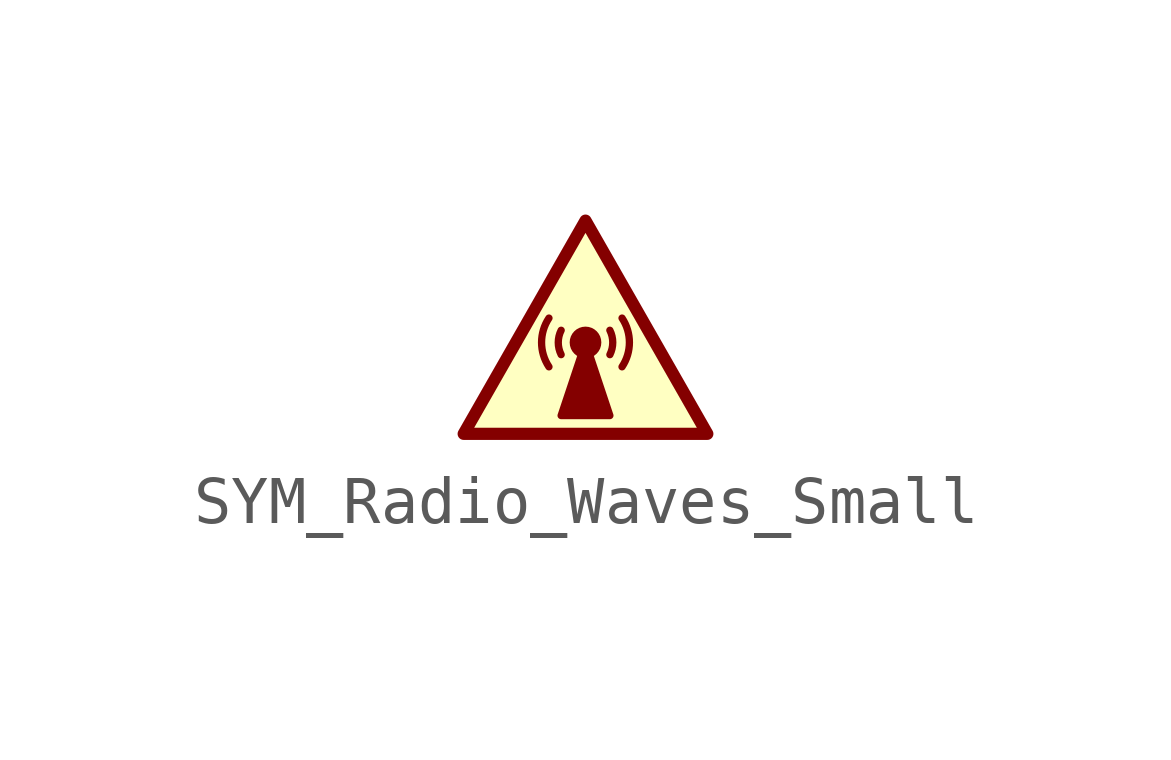
<source format=kicad_sym>
(kicad_symbol_lib
  (version 20201005)
  (generator kicad_symbol_editor)
  (symbol "Graphic:SYM_Radio_Waves_Small"
    (pin_names
      (offset 1.016) hide)
    (property "Reference" "#SYM"
      (at 0 3.556 0)
      (effects (font (size 1.27 1.27)) hide))
    (symbol "SYM_Radio_Waves_Small_0_1"
      (arc (start 0.508 0.254) (end 0.508 -0.254) (radius (at 0 0) (length 0.5588) (angles 26.6 -26.6)) (stroke (width 0)) (fill (type none)))
      (arc (start 0.762 0.508) (end 0.762 -0.508) (radius (at 0 0) (length 0.9144) (angles 33.7 -33.7)) (stroke (width 0)) (fill (type none)))
      (arc (start -0.508 0.254) (end -0.508 -0.254) (radius (at 0 0) (length 0.5588) (angles 153.4 -153.4)) (stroke (width 0)) (fill (type none)))
      (arc (start -0.762 -0.508) (end -0.762 0.508) (radius (at 0 0) (length 0.9144) (angles -146.3 146.3)) (stroke (width 0)) (fill (type none)))
      (circle (center 0 0) (radius 0.254) (stroke (width 0)) (fill (type outline)))
      (polyline (pts (xy -0.508 -1.524) (xy 0.508 -1.524) (xy 0 0) (xy -0.508 -1.524)) (stroke (width 0)) (fill (type outline)))
      (polyline (pts (xy -2.54 -1.905) (xy 2.54 -1.905) (xy 0 2.54) (xy -2.54 -1.905)) (stroke (width 0.254)) (fill (type background))))))
</source>
